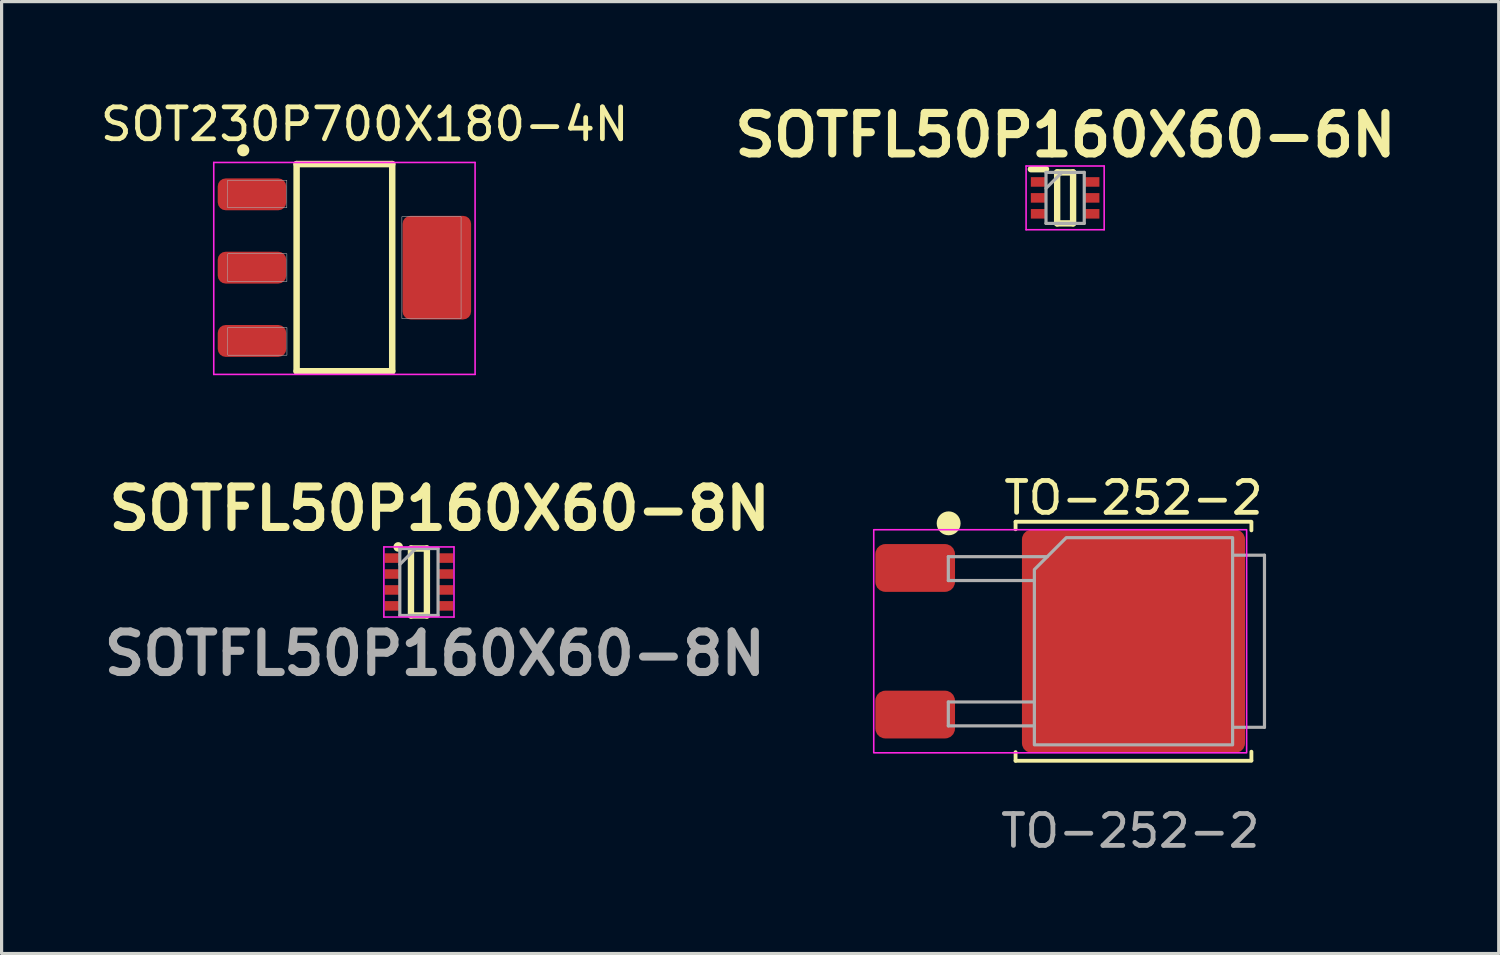
<source format=kicad_pcb>
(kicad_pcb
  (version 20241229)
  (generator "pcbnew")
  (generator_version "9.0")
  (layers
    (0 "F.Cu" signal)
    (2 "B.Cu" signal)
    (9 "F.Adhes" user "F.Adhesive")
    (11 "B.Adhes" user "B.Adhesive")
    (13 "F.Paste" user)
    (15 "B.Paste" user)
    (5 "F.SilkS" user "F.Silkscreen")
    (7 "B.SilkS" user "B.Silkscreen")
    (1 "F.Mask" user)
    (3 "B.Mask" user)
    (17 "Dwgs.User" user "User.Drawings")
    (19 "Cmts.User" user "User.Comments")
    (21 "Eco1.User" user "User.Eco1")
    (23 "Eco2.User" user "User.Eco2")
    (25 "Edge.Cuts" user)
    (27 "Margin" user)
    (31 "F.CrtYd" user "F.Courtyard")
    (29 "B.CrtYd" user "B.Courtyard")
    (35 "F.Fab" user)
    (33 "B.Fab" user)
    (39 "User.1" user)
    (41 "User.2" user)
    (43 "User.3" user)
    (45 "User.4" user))
  (footprint "SOTFL50P160X60-6N"
    (layer "F.Cu")
    (at 30.371 3.159)
    (property "Reference" "SOTFL50P160X60-6N" (at 0.01 -1.97 0) (layer "F.SilkS") (effects (font (size 1.27 1.27) (thickness 0.254))))
    (attr smd)
    (fp_line (start -1.075 -0.9) (end -0.6 -0.9) (stroke (width 0.2) (type solid)) (layer "F.SilkS"))
    (fp_line (start -0.25 -0.8) (end 0.25 -0.8) (stroke (width 0.2) (type solid)) (layer "F.SilkS"))
    (fp_line (start -0.25 0.8) (end -0.25 -0.8) (stroke (width 0.2) (type solid)) (layer "F.SilkS"))
    (fp_line (start 0.25 -0.8) (end 0.25 0.8) (stroke (width 0.2) (type solid)) (layer "F.SilkS"))
    (fp_line (start 0.25 0.8) (end -0.25 0.8) (stroke (width 0.2) (type solid)) (layer "F.SilkS"))
    (fp_line (start -1.225 -1) (end 1.225 -1) (stroke (width 0.05) (type solid)) (layer "F.CrtYd"))
    (fp_line (start -1.225 1) (end -1.225 -1) (stroke (width 0.05) (type solid)) (layer "F.CrtYd"))
    (fp_line (start 1.225 -1) (end 1.225 1) (stroke (width 0.05) (type solid)) (layer "F.CrtYd"))
    (fp_line (start 1.225 1) (end -1.225 1) (stroke (width 0.05) (type solid)) (layer "F.CrtYd"))
    (fp_line (start -0.6 -0.8) (end 0.6 -0.8) (stroke (width 0.1) (type solid)) (layer "F.Fab"))
    (fp_line (start -0.6 -0.3) (end -0.1 -0.8) (stroke (width 0.1) (type solid)) (layer "F.Fab"))
    (fp_line (start -0.6 0.8) (end -0.6 -0.8) (stroke (width 0.1) (type solid)) (layer "F.Fab"))
    (fp_line (start 0.6 -0.8) (end 0.6 0.8) (stroke (width 0.1) (type solid)) (layer "F.Fab"))
    (fp_line (start 0.6 0.8) (end -0.6 0.8) (stroke (width 0.1) (type solid)) (layer "F.Fab"))
    (pad "1" smd rect (at -0.838 -0.5 90) (size 0.3 0.475) (layers "F.Cu" "F.Mask" "F.Paste"))
    (pad "2" smd rect (at -0.838 0 90) (size 0.3 0.475) (layers "F.Cu" "F.Mask" "F.Paste"))
    (pad "3" smd rect (at -0.838 0.5 90) (size 0.3 0.475) (layers "F.Cu" "F.Mask" "F.Paste"))
    (pad "4" smd rect (at 0.838 0.5 90) (size 0.3 0.475) (layers "F.Cu" "F.Mask" "F.Paste"))
    (pad "5" smd rect (at 0.838 0 90) (size 0.3 0.475) (layers "F.Cu" "F.Mask" "F.Paste"))
    (pad "6" smd rect (at 0.838 -0.5 90) (size 0.3 0.475) (layers "F.Cu" "F.Mask" "F.Paste")))
  (footprint "SOTFL50P160X60-8N"
    (layer "F.Cu")
    (at 10.095 15.211)
    (property "Reference" "SOTFL50P160X60-8N" (at 0.65 -2.3 0) (layer "F.SilkS") (effects (font (size 1.27 1.27) (thickness 0.254))))
    (attr smd)
    (fp_line (start -0.25 -1.05) (end 0.25 -1.05) (stroke (width 0.2) (type solid)) (layer "F.SilkS"))
    (fp_line (start -0.25 1.05) (end -0.25 -1.05) (stroke (width 0.2) (type solid)) (layer "F.SilkS"))
    (fp_line (start 0.25 -1.05) (end 0.25 1.05) (stroke (width 0.2) (type solid)) (layer "F.SilkS"))
    (fp_line (start 0.25 1.05) (end -0.25 1.05) (stroke (width 0.2) (type solid)) (layer "F.SilkS"))
    (fp_circle (center -0.65 -1.1) (end -0.55 -1.1) (stroke (width 0.1) (type solid)) (fill yes) (layer "F.SilkS"))
    (fp_line (start -1.1 -1.1) (end 1.1 -1.1) (stroke (width 0.05) (type solid)) (layer "F.CrtYd"))
    (fp_line (start -1.1 1.1) (end -1.1 -1.1) (stroke (width 0.05) (type solid)) (layer "F.CrtYd"))
    (fp_line (start 1.1 -1.1) (end 1.1 1.1) (stroke (width 0.05) (type solid)) (layer "F.CrtYd"))
    (fp_line (start 1.1 1.1) (end -1.1 1.1) (stroke (width 0.05) (type solid)) (layer "F.CrtYd"))
    (fp_line (start -0.6 -1.05) (end 0.6 -1.05) (stroke (width 0.1) (type solid)) (layer "F.Fab"))
    (fp_line (start -0.6 -0.55) (end -0.1 -1.05) (stroke (width 0.1) (type solid)) (layer "F.Fab"))
    (fp_line (start -0.6 1.05) (end -0.6 -1.05) (stroke (width 0.1) (type solid)) (layer "F.Fab"))
    (fp_line (start 0.6 -1.05) (end 0.6 1.05) (stroke (width 0.1) (type solid)) (layer "F.Fab"))
    (fp_line (start 0.6 1.05) (end -0.6 1.05) (stroke (width 0.1) (type solid)) (layer "F.Fab"))
    (fp_text user "${REFERENCE}" (at 0.5 2.25 0) (layer "F.Fab") (effects (font (size 1.27 1.27) (thickness 0.254))))
    (pad "1" smd rect (at -0.838 -0.75 90) (size 0.3 0.475) (layers "F.Cu" "F.Mask" "F.Paste"))
    (pad "2" smd rect (at -0.838 -0.25 90) (size 0.3 0.475) (layers "F.Cu" "F.Mask" "F.Paste"))
    (pad "3" smd rect (at -0.838 0.25 90) (size 0.3 0.475) (layers "F.Cu" "F.Mask" "F.Paste"))
    (pad "4" smd rect (at -0.838 0.75 90) (size 0.3 0.475) (layers "F.Cu" "F.Mask" "F.Paste"))
    (pad "5" smd rect (at 0.838 0.75 90) (size 0.3 0.475) (layers "F.Cu" "F.Mask" "F.Paste"))
    (pad "6" smd rect (at 0.838 0.25 90) (size 0.3 0.475) (layers "F.Cu" "F.Mask" "F.Paste"))
    (pad "7" smd rect (at 0.838 -0.25 90) (size 0.3 0.475) (layers "F.Cu" "F.Mask" "F.Paste"))
    (pad "8" smd rect (at 0.838 -0.75 90) (size 0.3 0.475) (layers "F.Cu" "F.Mask" "F.Paste")))
  (footprint "SOT230P700X180-4N"
    (layer "F.Cu")
    (at 7.757 5.348)
    (property "Reference" "SOT230P700X180-4N" (at 0.635 -4.499 0) (layer "F.SilkS") (effects (font (size 1.001 1.001) (thickness 0.15))))
    (attr smd)
    (fp_line (start -1.5 -3.25) (end 1.5 -3.25) (stroke (width 0.203) (type solid)) (layer "F.SilkS"))
    (fp_line (start -1.5 3.25) (end -1.5 -3.25) (stroke (width 0.203) (type solid)) (layer "F.SilkS"))
    (fp_line (start 1.5 -3.25) (end 1.5 3.25) (stroke (width 0.203) (type solid)) (layer "F.SilkS"))
    (fp_line (start 1.5 3.25) (end -1.5 3.25) (stroke (width 0.203) (type solid)) (layer "F.SilkS"))
    (fp_circle (center -3.175 -3.683) (end -3.048 -3.683) (stroke (width 0.127) (type solid)) (fill yes) (layer "F.SilkS"))
    (fp_line (start -4.1 -3.3) (end 4.1 -3.3) (stroke (width 0.05) (type solid)) (layer "F.CrtYd"))
    (fp_line (start -4.1 3.35) (end -4.1 -3.3) (stroke (width 0.05) (type solid)) (layer "F.CrtYd"))
    (fp_line (start 4.1 -3.3) (end 4.1 3.35) (stroke (width 0.05) (type solid)) (layer "F.CrtYd"))
    (fp_line (start 4.1 3.35) (end -4.1 3.35) (stroke (width 0.05) (type solid)) (layer "F.CrtYd"))
    (fp_poly (pts (xy -1.807 -2.746) (xy -1.807 -1.878) (xy -3.659 -1.878) (xy -3.659 -2.746)) (stroke (width 0.01) (type solid)) (fill no) (layer "F.Fab"))
    (fp_poly (pts (xy -1.805 -2.745) (xy -1.805 -1.879) (xy -3.658 -1.879) (xy -3.658 -2.745)) (stroke (width 0.01) (type solid)) (fill no) (layer "F.Fab"))
    (fp_poly (pts (xy -1.805 -0.434) (xy -1.805 0.435) (xy -3.661 0.435) (xy -3.661 -0.434)) (stroke (width 0.01) (type solid)) (fill no) (layer "F.Fab"))
    (fp_poly (pts (xy -1.804 -0.433) (xy -1.804 0.433) (xy -3.659 0.433) (xy -3.659 -0.433)) (stroke (width 0.01) (type solid)) (fill no) (layer "F.Fab"))
    (fp_poly (pts (xy -1.803 1.88) (xy -1.803 2.744) (xy -3.658 2.744) (xy -3.658 1.88)) (stroke (width 0.01) (type solid)) (fill no) (layer "F.Fab"))
    (fp_poly (pts (xy -1.803 1.88) (xy -1.803 2.746) (xy -3.66 2.746) (xy -3.66 1.88)) (stroke (width 0.01) (type solid)) (fill no) (layer "F.Fab"))
    (fp_poly (pts (xy 3.659 -1.599) (xy 3.659 1.6) (xy 1.804 1.6) (xy 1.804 -1.599)) (stroke (width 0.01) (type solid)) (fill no) (layer "F.Fab"))
    (fp_poly (pts (xy 3.66 -1.598) (xy 3.66 1.6) (xy 1.804 1.6) (xy 1.804 -1.598)) (stroke (width 0.01) (type solid)) (fill no) (layer "F.Fab"))
    (pad "1" smd roundrect (at -2.9 -2.3) (size 2.15 1) (layers "F.Cu" "F.Mask" "F.Paste") (roundrect_rratio 0.25))
    (pad "2" smd roundrect (at -2.9 0) (size 2.15 1) (layers "F.Cu" "F.Mask" "F.Paste") (roundrect_rratio 0.25))
    (pad "3" smd roundrect (at -2.9 2.3) (size 2.15 1) (layers "F.Cu" "F.Mask" "F.Paste") (roundrect_rratio 0.25))
    (pad "4" smd roundrect (at 2.9 0) (size 2.15 3.25) (layers "F.Cu" "F.Mask" "F.Paste") (roundrect_rratio 0.116)))
  (footprint "TO-252-2"
    (layer "F.Cu")
    (at 32.516 17.071)
    (property "Reference" "TO-252-2" (at 0 -4.5 0) (layer "F.SilkS") (effects (font (size 1 1) (thickness 0.15))))
    (attr smd)
    (fp_line (start -3.7 -3.75) (end -3.7 -3.515) (stroke (width 0.12) (type solid)) (layer "F.SilkS"))
    (fp_line (start -3.7 3.75) (end -3.7 3.48) (stroke (width 0.12) (type solid)) (layer "F.SilkS"))
    (fp_line (start 3.7 -3.75) (end -3.7 -3.75) (stroke (width 0.12) (type solid)) (layer "F.SilkS"))
    (fp_line (start 3.7 -3.715) (end 3.7 -3.48) (stroke (width 0.12) (type solid)) (layer "F.SilkS"))
    (fp_line (start 3.7 3.735) (end 3.7 3.465) (stroke (width 0.12) (type solid)) (layer "F.SilkS"))
    (fp_line (start 3.7 3.75) (end -3.7 3.75) (stroke (width 0.12) (type solid)) (layer "F.SilkS"))
    (fp_circle (center -5.8 -3.7) (end -5.5 -3.7) (stroke (width 0.15) (type default)) (fill yes) (layer "F.SilkS"))
    (fp_rect (start -8.15 -3.5) (end 3.55 3.5) (stroke (width 0.05) (type solid)) (fill no) (layer "F.CrtYd"))
    (fp_line (start -5.81 -2.655) (end -5.81 -1.905) (stroke (width 0.1) (type solid)) (layer "F.Fab"))
    (fp_line (start -5.81 -1.905) (end -3.11 -1.905) (stroke (width 0.1) (type solid)) (layer "F.Fab"))
    (fp_line (start -5.81 1.905) (end -5.81 2.655) (stroke (width 0.1) (type solid)) (layer "F.Fab"))
    (fp_line (start -5.81 2.655) (end -3.11 2.655) (stroke (width 0.1) (type solid)) (layer "F.Fab"))
    (fp_line (start -3.11 1.905) (end -5.81 1.905) (stroke (width 0.1) (type solid)) (layer "F.Fab"))
    (fp_line (start -2.705 -2.655) (end -5.81 -2.655) (stroke (width 0.1) (type solid)) (layer "F.Fab"))
    (fp_line (start 3.11 -2.7) (end 4.11 -2.7) (stroke (width 0.1) (type solid)) (layer "F.Fab"))
    (fp_line (start 4.11 -2.7) (end 4.11 2.7) (stroke (width 0.1) (type solid)) (layer "F.Fab"))
    (fp_line (start 4.11 2.7) (end 3.11 2.7) (stroke (width 0.1) (type solid)) (layer "F.Fab"))
    (fp_poly (pts (xy 3.11 -3.25) (xy 3.11 3.25) (xy -3.11 3.25) (xy -3.11 -2.25) (xy -2.11 -3.25)) (stroke (width 0.1) (type solid)) (fill no) (layer "F.Fab"))
    (fp_text user "${REFERENCE}" (at -0.1 5.95 0) (layer "F.Fab") (effects (font (size 1 1) (thickness 0.15))))
    (pad "" smd roundrect (at -1.75 -1.75) (size 3.2 3.2) (layers "F.Paste") (roundrect_rratio 0.091))
    (pad "" smd roundrect (at -1.75 1.75) (size 3.2 3.2) (layers "F.Paste") (roundrect_rratio 0.091))
    (pad "" smd roundrect (at 1.75 -1.75) (size 3.2 3.2) (layers "F.Paste") (roundrect_rratio 0.091))
    (pad "" smd roundrect (at 1.75 1.75) (size 3.2 3.2) (layers "F.Paste") (roundrect_rratio 0.091))
    (pad "1" smd roundrect (at -6.85 -2.3) (size 2.5 1.5) (layers "F.Cu" "F.Mask" "F.Paste") (roundrect_rratio 0.208))
    (pad "2" smd roundrect (at -1.75 -1.75) (size 3.2 3.2) (layers "F.Cu" "F.Mask") (roundrect_rratio 0.043))
    (pad "2" smd roundrect (at -1.75 1.75) (size 3.2 3.2) (layers "F.Cu" "F.Mask") (roundrect_rratio 0.043))
    (pad "2" smd roundrect (at 0 0) (size 7 7) (layers "F.Cu" "F.Mask") (roundrect_rratio 0.043))
    (pad "2" smd roundrect (at 1.75 -1.75) (size 3.2 3.2) (layers "F.Cu" "F.Mask") (roundrect_rratio 0.043))
    (pad "2" smd roundrect (at 1.75 1.75) (size 3.2 3.2) (layers "F.Cu" "F.Mask") (roundrect_rratio 0.043))
    (pad "3" smd roundrect (at -6.85 2.3) (size 2.5 1.5) (layers "F.Cu" "F.Mask" "F.Paste") (roundrect_rratio 0.208)))
  (gr_rect
    (start -3 -3)
    (end 43.976 26.869)
    (stroke (width 0.1) (type default))
    (fill no)
    (layer "Edge.Cuts")))
</source>
